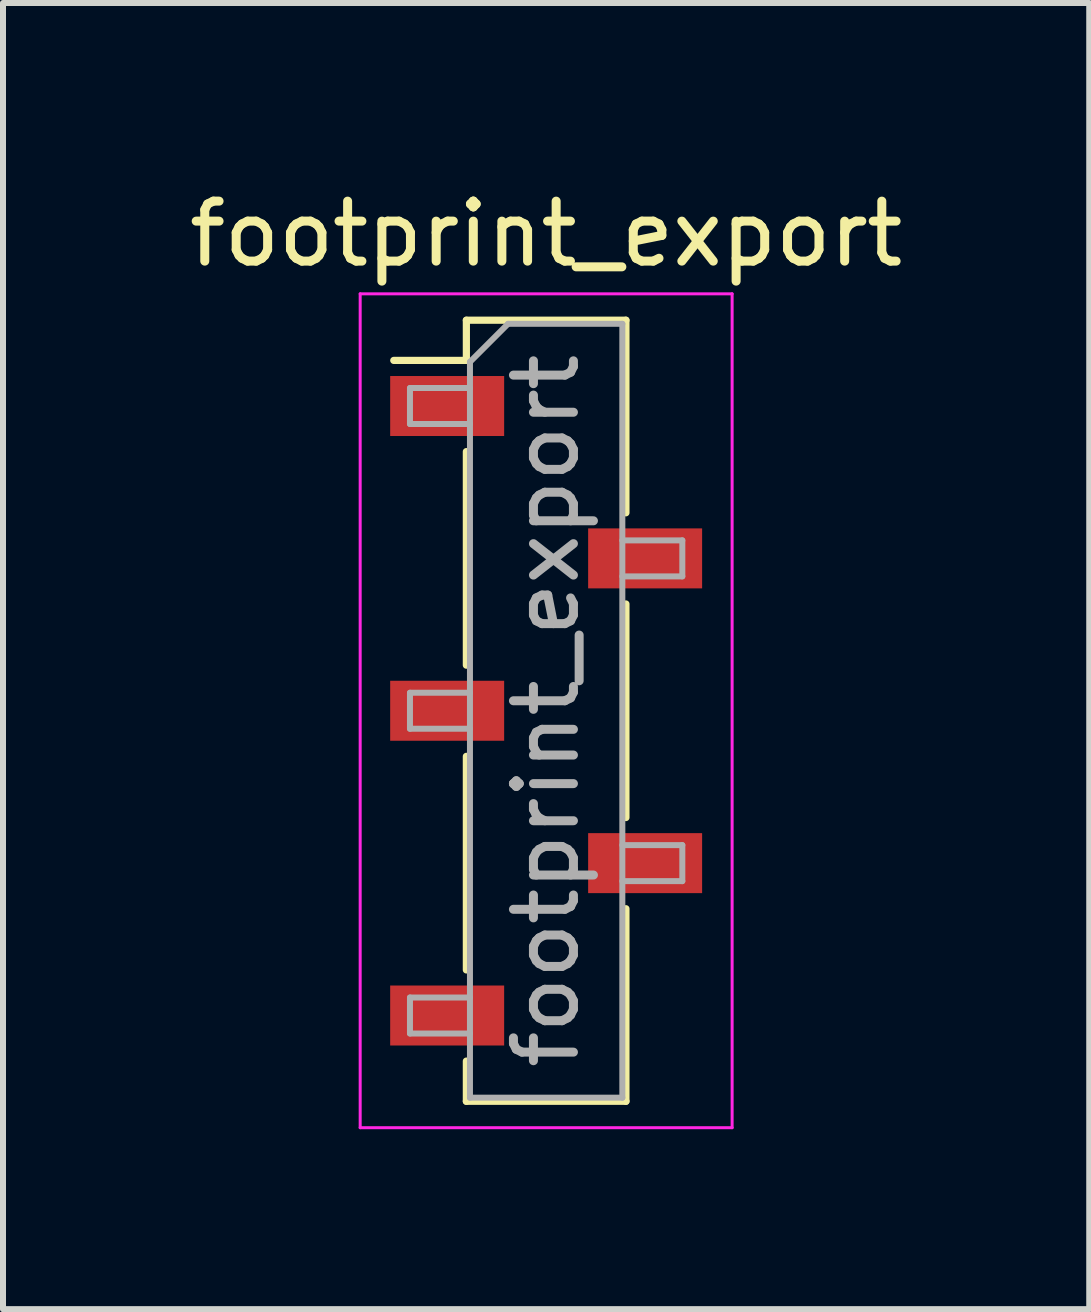
<source format=kicad_pcb>
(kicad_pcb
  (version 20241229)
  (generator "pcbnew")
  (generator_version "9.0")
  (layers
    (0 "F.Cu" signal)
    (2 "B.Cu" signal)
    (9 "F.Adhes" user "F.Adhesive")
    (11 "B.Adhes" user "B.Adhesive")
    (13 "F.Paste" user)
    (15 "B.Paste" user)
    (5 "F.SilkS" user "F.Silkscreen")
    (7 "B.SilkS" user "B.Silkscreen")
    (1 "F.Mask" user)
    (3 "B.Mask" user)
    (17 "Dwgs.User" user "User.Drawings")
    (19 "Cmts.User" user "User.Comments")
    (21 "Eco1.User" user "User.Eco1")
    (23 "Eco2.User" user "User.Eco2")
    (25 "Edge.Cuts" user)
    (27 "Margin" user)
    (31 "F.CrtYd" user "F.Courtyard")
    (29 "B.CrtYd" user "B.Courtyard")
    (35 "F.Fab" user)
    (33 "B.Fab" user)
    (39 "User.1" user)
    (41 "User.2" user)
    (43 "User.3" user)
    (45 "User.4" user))
  (footprint "footprint_export"
    (layer "F.Cu")
    (at 6.054 8.798)
    (property "Reference" "footprint_export" (at 0 -7.95 0) (layer "F.SilkS") (effects (font (size 1 1) (thickness 0.15))))
    (attr smd)
    (fp_line (start -2.54 -5.84) (end -1.33 -5.84) (stroke (width 0.12) (type solid)) (layer "F.SilkS"))
    (fp_line (start -1.33 -6.51) (end -1.33 -5.84) (stroke (width 0.12) (type solid)) (layer "F.SilkS"))
    (fp_line (start -1.33 -6.51) (end 1.33 -6.51) (stroke (width 0.12) (type solid)) (layer "F.SilkS"))
    (fp_line (start -1.33 -4.32) (end -1.33 -0.76) (stroke (width 0.12) (type solid)) (layer "F.SilkS"))
    (fp_line (start -1.33 0.76) (end -1.33 4.32) (stroke (width 0.12) (type solid)) (layer "F.SilkS"))
    (fp_line (start -1.33 5.84) (end -1.33 6.51) (stroke (width 0.12) (type solid)) (layer "F.SilkS"))
    (fp_line (start -1.33 6.51) (end 1.33 6.51) (stroke (width 0.12) (type solid)) (layer "F.SilkS"))
    (fp_line (start 1.33 -6.51) (end 1.33 -3.3) (stroke (width 0.12) (type solid)) (layer "F.SilkS"))
    (fp_line (start 1.33 -1.78) (end 1.33 1.78) (stroke (width 0.12) (type solid)) (layer "F.SilkS"))
    (fp_line (start 1.33 3.3) (end 1.33 6.51) (stroke (width 0.12) (type solid)) (layer "F.SilkS"))
    (fp_line (start -3.1 -6.95) (end 3.1 -6.95) (stroke (width 0.05) (type solid)) (layer "F.CrtYd"))
    (fp_line (start -3.1 6.95) (end -3.1 -6.95) (stroke (width 0.05) (type solid)) (layer "F.CrtYd"))
    (fp_line (start 3.1 -6.95) (end 3.1 6.95) (stroke (width 0.05) (type solid)) (layer "F.CrtYd"))
    (fp_line (start 3.1 6.95) (end -3.1 6.95) (stroke (width 0.05) (type solid)) (layer "F.CrtYd"))
    (fp_line (start -2.27 -5.38) (end -1.27 -5.38) (stroke (width 0.1) (type solid)) (layer "F.Fab"))
    (fp_line (start -2.27 -4.78) (end -2.27 -5.38) (stroke (width 0.1) (type solid)) (layer "F.Fab"))
    (fp_line (start -2.27 -0.3) (end -1.27 -0.3) (stroke (width 0.1) (type solid)) (layer "F.Fab"))
    (fp_line (start -2.27 0.3) (end -2.27 -0.3) (stroke (width 0.1) (type solid)) (layer "F.Fab"))
    (fp_line (start -2.27 4.78) (end -1.27 4.78) (stroke (width 0.1) (type solid)) (layer "F.Fab"))
    (fp_line (start -2.27 5.38) (end -2.27 4.78) (stroke (width 0.1) (type solid)) (layer "F.Fab"))
    (fp_line (start -1.27 -5.815) (end -0.635 -6.45) (stroke (width 0.1) (type solid)) (layer "F.Fab"))
    (fp_line (start -1.27 -4.78) (end -2.27 -4.78) (stroke (width 0.1) (type solid)) (layer "F.Fab"))
    (fp_line (start -1.27 0.3) (end -2.27 0.3) (stroke (width 0.1) (type solid)) (layer "F.Fab"))
    (fp_line (start -1.27 5.38) (end -2.27 5.38) (stroke (width 0.1) (type solid)) (layer "F.Fab"))
    (fp_line (start -1.27 6.45) (end -1.27 -5.815) (stroke (width 0.1) (type solid)) (layer "F.Fab"))
    (fp_line (start -0.635 -6.45) (end 1.27 -6.45) (stroke (width 0.1) (type solid)) (layer "F.Fab"))
    (fp_line (start 1.27 -6.45) (end 1.27 6.45) (stroke (width 0.1) (type solid)) (layer "F.Fab"))
    (fp_line (start 1.27 -2.84) (end 2.27 -2.84) (stroke (width 0.1) (type solid)) (layer "F.Fab"))
    (fp_line (start 1.27 2.24) (end 2.27 2.24) (stroke (width 0.1) (type solid)) (layer "F.Fab"))
    (fp_line (start 1.27 6.45) (end -1.27 6.45) (stroke (width 0.1) (type solid)) (layer "F.Fab"))
    (fp_line (start 2.27 -2.84) (end 2.27 -2.24) (stroke (width 0.1) (type solid)) (layer "F.Fab"))
    (fp_line (start 2.27 -2.24) (end 1.27 -2.24) (stroke (width 0.1) (type solid)) (layer "F.Fab"))
    (fp_line (start 2.27 2.24) (end 2.27 2.84) (stroke (width 0.1) (type solid)) (layer "F.Fab"))
    (fp_line (start 2.27 2.84) (end 1.27 2.84) (stroke (width 0.1) (type solid)) (layer "F.Fab"))
    (fp_text user "${REFERENCE}" (at 0 0 90) (layer "F.Fab") (effects (font (size 1 1) (thickness 0.15))))
    (pad "1" smd rect (at -1.65 -5.08) (size 1.9 1) (layers "F.Cu" "F.Mask" "F.Paste"))
    (pad "2" smd rect (at 1.65 -2.54) (size 1.9 1) (layers "F.Cu" "F.Mask" "F.Paste"))
    (pad "3" smd rect (at -1.65 0) (size 1.9 1) (layers "F.Cu" "F.Mask" "F.Paste"))
    (pad "4" smd rect (at 1.65 2.54) (size 1.9 1) (layers "F.Cu" "F.Mask" "F.Paste"))
    (pad "5" smd rect (at -1.65 5.08) (size 1.9 1) (layers "F.Cu" "F.Mask" "F.Paste")))
  (gr_rect
    (start -3 -3)
    (end 15.107 18.773)
    (stroke (width 0.1) (type default))
    (fill no)
    (layer "Edge.Cuts")))
</source>
